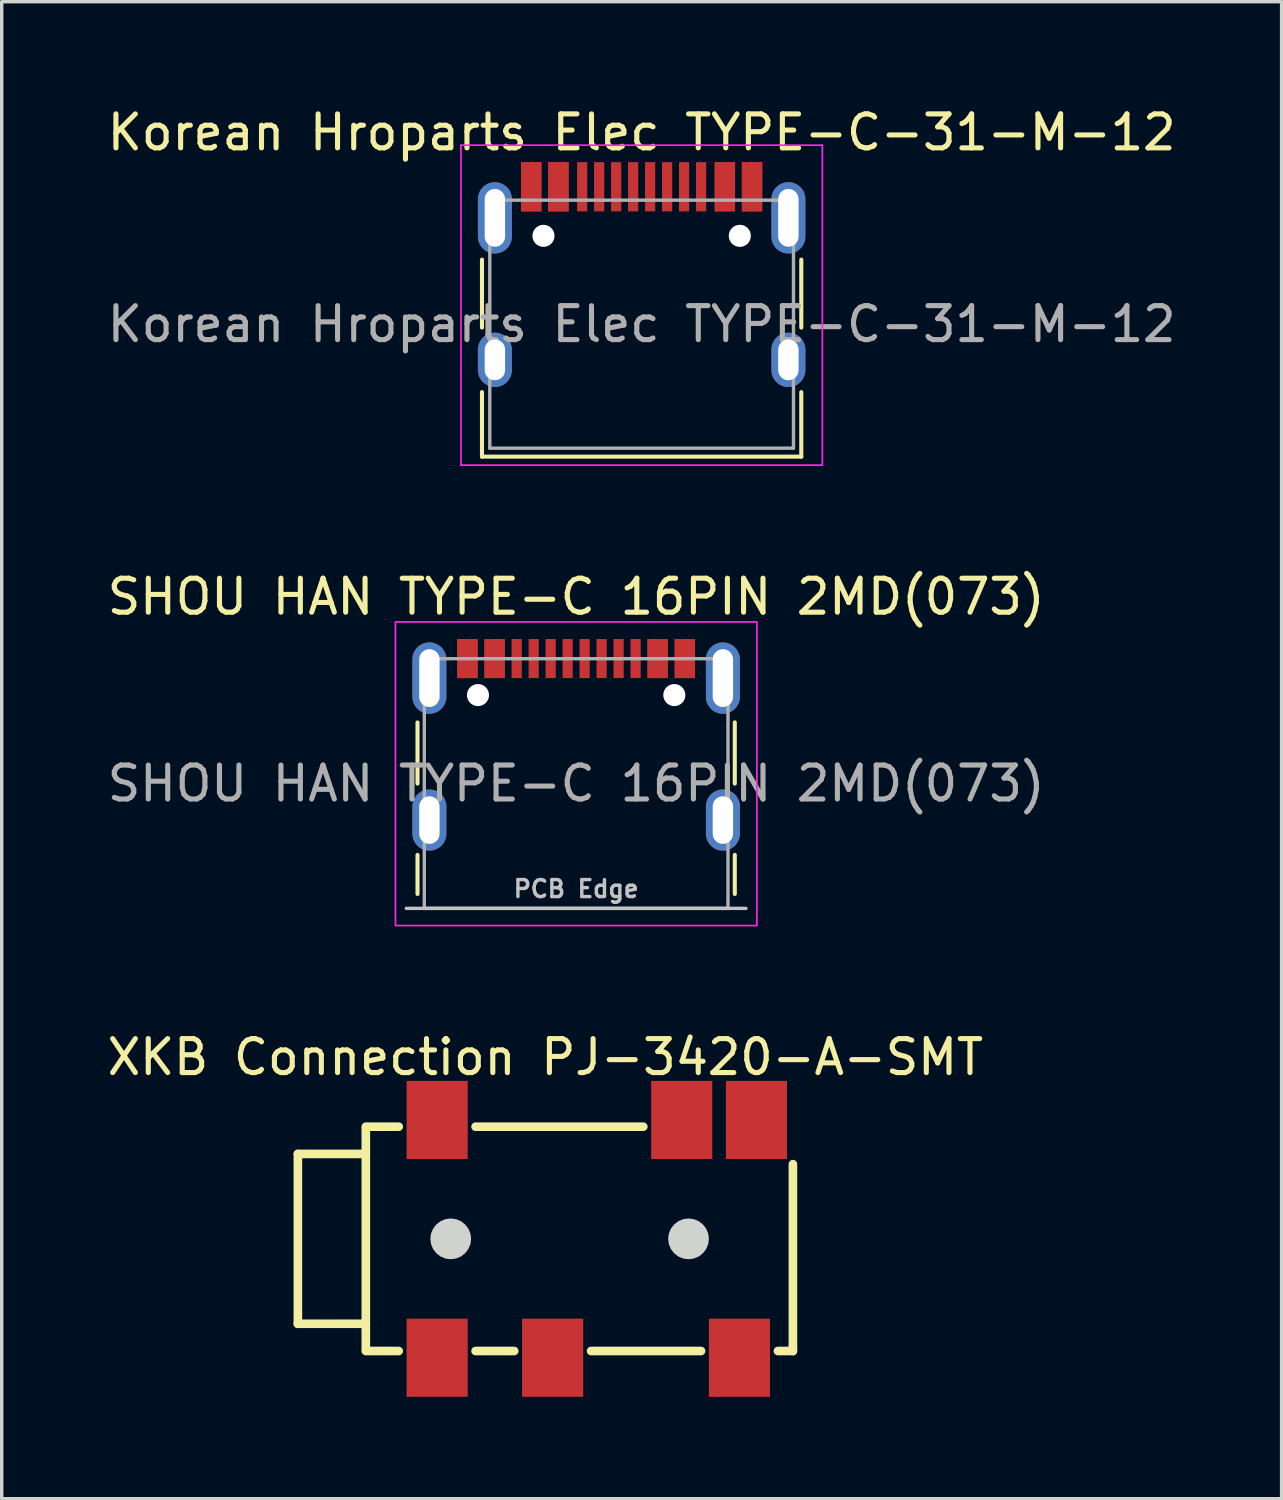
<source format=kicad_pcb>
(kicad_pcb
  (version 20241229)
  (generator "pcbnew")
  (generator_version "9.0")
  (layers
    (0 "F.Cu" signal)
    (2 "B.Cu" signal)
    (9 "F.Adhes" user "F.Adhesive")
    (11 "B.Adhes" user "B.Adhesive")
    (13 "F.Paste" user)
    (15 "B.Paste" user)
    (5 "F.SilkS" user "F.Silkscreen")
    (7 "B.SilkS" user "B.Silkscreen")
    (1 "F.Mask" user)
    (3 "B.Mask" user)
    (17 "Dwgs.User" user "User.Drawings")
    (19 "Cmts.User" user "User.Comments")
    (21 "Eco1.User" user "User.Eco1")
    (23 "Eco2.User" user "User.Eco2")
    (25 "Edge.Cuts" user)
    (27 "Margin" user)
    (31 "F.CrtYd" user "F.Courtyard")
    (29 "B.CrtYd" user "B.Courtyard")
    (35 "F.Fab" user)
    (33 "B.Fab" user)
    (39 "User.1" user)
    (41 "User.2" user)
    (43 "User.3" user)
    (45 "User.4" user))
  (footprint "Korean Hroparts Elec TYPE-C-31-M-12"
    (layer "F.Cu")
    (at 15.839 6.493)
    (property "Reference" "Korean Hroparts Elec TYPE-C-31-M-12" (at 0 -5.645 0) (layer "F.SilkS") (effects (font (size 1 1) (thickness 0.15))))
    (attr smd)
    (fp_line (start -4.7 -1.9) (end -4.7 0.1) (stroke (width 0.12) (type solid)) (layer "F.SilkS"))
    (fp_line (start -4.7 2) (end -4.7 3.9) (stroke (width 0.12) (type solid)) (layer "F.SilkS"))
    (fp_line (start -4.7 3.9) (end 4.7 3.9) (stroke (width 0.12) (type solid)) (layer "F.SilkS"))
    (fp_line (start 4.7 -1.9) (end 4.7 0.1) (stroke (width 0.12) (type solid)) (layer "F.SilkS"))
    (fp_line (start 4.7 2) (end 4.7 3.9) (stroke (width 0.12) (type solid)) (layer "F.SilkS"))
    (fp_line (start -5.32 -5.27) (end -5.32 4.15) (stroke (width 0.05) (type solid)) (layer "F.CrtYd"))
    (fp_line (start -5.32 -5.27) (end 5.32 -5.27) (stroke (width 0.05) (type solid)) (layer "F.CrtYd"))
    (fp_line (start -5.32 4.15) (end 5.32 4.15) (stroke (width 0.05) (type solid)) (layer "F.CrtYd"))
    (fp_line (start 5.32 -5.27) (end 5.32 4.15) (stroke (width 0.05) (type solid)) (layer "F.CrtYd"))
    (fp_line (start -4.47 -3.65) (end -4.47 3.65) (stroke (width 0.1) (type solid)) (layer "F.Fab"))
    (fp_line (start -4.47 -3.65) (end 4.47 -3.65) (stroke (width 0.1) (type solid)) (layer "F.Fab"))
    (fp_line (start -4.47 3.65) (end 4.47 3.65) (stroke (width 0.1) (type solid)) (layer "F.Fab"))
    (fp_line (start 4.47 -3.65) (end 4.47 3.65) (stroke (width 0.1) (type solid)) (layer "F.Fab"))
    (fp_text user "${REFERENCE}" (at 0 0 0) (layer "F.Fab") (effects (font (size 1 1) (thickness 0.15))))
    (pad "" np_thru_hole circle (at -2.89 -2.6) (size 0.65 0.65) (drill 0.65) (layers "*.Cu" "*.Mask"))
    (pad "" np_thru_hole circle (at 2.89 -2.6) (size 0.65 0.65) (drill 0.65) (layers "*.Cu" "*.Mask"))
    (pad "A1" smd rect (at -3.25 -4.045) (size 0.6 1.45) (layers "F.Cu" "F.Mask" "F.Paste"))
    (pad "A4" smd rect (at -2.45 -4.045) (size 0.6 1.45) (layers "F.Cu" "F.Mask" "F.Paste"))
    (pad "A5" smd rect (at -1.25 -4.045) (size 0.3 1.45) (layers "F.Cu" "F.Mask" "F.Paste"))
    (pad "A6" smd rect (at -0.25 -4.045) (size 0.3 1.45) (layers "F.Cu" "F.Mask" "F.Paste"))
    (pad "A7" smd rect (at 0.25 -4.045) (size 0.3 1.45) (layers "F.Cu" "F.Mask" "F.Paste"))
    (pad "A8" smd rect (at 1.25 -4.045) (size 0.3 1.45) (layers "F.Cu" "F.Mask" "F.Paste"))
    (pad "A9" smd rect (at 2.45 -4.045) (size 0.6 1.45) (layers "F.Cu" "F.Mask" "F.Paste"))
    (pad "A12" smd rect (at 3.25 -4.045) (size 0.6 1.45) (layers "F.Cu" "F.Mask" "F.Paste"))
    (pad "B1" smd rect (at 3.25 -4.045) (size 0.6 1.45) (layers "F.Cu" "F.Mask" "F.Paste"))
    (pad "B4" smd rect (at 2.45 -4.045) (size 0.6 1.45) (layers "F.Cu" "F.Mask" "F.Paste"))
    (pad "B5" smd rect (at 1.75 -4.045) (size 0.3 1.45) (layers "F.Cu" "F.Mask" "F.Paste"))
    (pad "B6" smd rect (at 0.75 -4.045) (size 0.3 1.45) (layers "F.Cu" "F.Mask" "F.Paste"))
    (pad "B7" smd rect (at -0.75 -4.045) (size 0.3 1.45) (layers "F.Cu" "F.Mask" "F.Paste"))
    (pad "B8" smd rect (at -1.75 -4.045) (size 0.3 1.45) (layers "F.Cu" "F.Mask" "F.Paste"))
    (pad "B9" smd rect (at -2.45 -4.045) (size 0.6 1.45) (layers "F.Cu" "F.Mask" "F.Paste"))
    (pad "B12" smd rect (at -3.25 -4.045) (size 0.6 1.45) (layers "F.Cu" "F.Mask" "F.Paste"))
    (pad "S1" thru_hole oval (at -4.32 -3.13) (size 1 2.1) (drill oval 0.6 1.7) (layers "*.Cu" "*.Mask"))
    (pad "S1" thru_hole oval (at -4.32 1.05) (size 1 1.6) (drill oval 0.6 1.2) (layers "*.Cu" "*.Mask"))
    (pad "S1" thru_hole oval (at 4.32 -3.13) (size 1 2.1) (drill oval 0.6 1.7) (layers "*.Cu" "*.Mask"))
    (pad "S1" thru_hole oval (at 4.32 1.05) (size 1 1.6) (drill oval 0.6 1.2) (layers "*.Cu" "*.Mask")))
  (footprint "SHOU HAN TYPE-C 16PIN 2MD(073)"
    (layer "F.Cu")
    (at 13.911 20.017)
    (property "Reference" "SHOU HAN TYPE-C 16PIN 2MD(073)" (at 0 -5.5 0) (unlocked yes) (layer "F.SilkS") (effects (font (size 1 1) (thickness 0.15))))
    (attr smd)
    (fp_line (start -4.67 0) (end -4.67 -1.8) (stroke (width 0.12) (type solid)) (layer "F.SilkS"))
    (fp_line (start -4.67 2.1) (end -4.67 3.25) (stroke (width 0.12) (type solid)) (layer "F.SilkS"))
    (fp_line (start 4.67 0) (end 4.67 -1.8) (stroke (width 0.12) (type solid)) (layer "F.SilkS"))
    (fp_line (start 4.67 2.1) (end 4.67 3.25) (stroke (width 0.12) (type solid)) (layer "F.SilkS"))
    (fp_line (start 5 3.675) (end -5 3.675) (stroke (width 0.1) (type solid)) (layer "Dwgs.User"))
    (fp_rect (start -5.32 -4.76) (end 5.32 4.18) (stroke (width 0.05) (type solid)) (fill no) (layer "F.CrtYd"))
    (fp_rect (start -4.47 -3.675) (end 4.47 3.675) (stroke (width 0.1) (type solid)) (fill no) (layer "F.Fab"))
    (fp_text user "PCB Edge" (at 0 3.1 0) (unlocked yes) (layer "Dwgs.User") (effects (font (size 0.5 0.5) (thickness 0.1))))
    (fp_text user "${REFERENCE}" (at 0 0 0) (unlocked yes) (layer "F.Fab") (effects (font (size 1 1) (thickness 0.15))))
    (pad "" np_thru_hole circle (at -2.89 -2.605) (size 0.65 0.65) (drill 0.65) (layers "*.Cu" "*.Mask"))
    (pad "" np_thru_hole circle (at 2.89 -2.605) (size 0.65 0.65) (drill 0.65) (layers "*.Cu" "*.Mask"))
    (pad "A1" smd rect (at -3.2 -3.68) (size 0.6 1.15) (layers "F.Cu" "F.Mask" "F.Paste"))
    (pad "A4" smd rect (at -2.4 -3.68) (size 0.6 1.15) (layers "F.Cu" "F.Mask" "F.Paste"))
    (pad "A5" smd rect (at -1.25 -3.68) (size 0.3 1.15) (layers "F.Cu" "F.Mask" "F.Paste"))
    (pad "A6" smd rect (at -0.25 -3.68) (size 0.3 1.15) (layers "F.Cu" "F.Mask" "F.Paste"))
    (pad "A7" smd rect (at 0.25 -3.68) (size 0.3 1.15) (layers "F.Cu" "F.Mask" "F.Paste"))
    (pad "A8" smd rect (at 1.25 -3.68) (size 0.3 1.15) (layers "F.Cu" "F.Mask" "F.Paste"))
    (pad "A9" smd rect (at 2.4 -3.68) (size 0.6 1.15) (layers "F.Cu" "F.Mask" "F.Paste"))
    (pad "A12" smd rect (at 3.2 -3.68) (size 0.6 1.15) (layers "F.Cu" "F.Mask" "F.Paste"))
    (pad "B1" smd rect (at 3.2 -3.68) (size 0.6 1.15) (layers "F.Cu" "F.Mask" "F.Paste"))
    (pad "B4" smd rect (at 2.4 -3.68) (size 0.6 1.15) (layers "F.Cu" "F.Mask" "F.Paste"))
    (pad "B5" smd rect (at 1.75 -3.68) (size 0.3 1.15) (layers "F.Cu" "F.Mask" "F.Paste"))
    (pad "B6" smd rect (at 0.75 -3.68) (size 0.3 1.15) (layers "F.Cu" "F.Mask" "F.Paste"))
    (pad "B7" smd rect (at -0.75 -3.68) (size 0.3 1.15) (layers "F.Cu" "F.Mask" "F.Paste"))
    (pad "B8" smd rect (at -1.75 -3.68) (size 0.3 1.15) (layers "F.Cu" "F.Mask" "F.Paste"))
    (pad "B9" smd rect (at -2.4 -3.68) (size 0.6 1.15) (layers "F.Cu" "F.Mask" "F.Paste"))
    (pad "B12" smd rect (at -3.2 -3.68) (size 0.6 1.15) (layers "F.Cu" "F.Mask" "F.Paste"))
    (pad "S1" thru_hole oval (at -4.32 -3.105) (size 1 2.1) (drill oval 0.6 1.7) (layers "*.Cu" "*.Mask" "F.Paste"))
    (pad "S1" thru_hole oval (at -4.32 1.075) (size 1 1.8) (drill oval 0.6 1.4) (layers "*.Cu" "*.Mask" "F.Paste"))
    (pad "S1" thru_hole oval (at 4.32 -3.105) (size 1 2.1) (drill oval 0.6 1.7) (layers "*.Cu" "*.Mask" "F.Paste"))
    (pad "S1" thru_hole oval (at 4.32 1.075) (size 1 1.8) (drill oval 0.6 1.4) (layers "*.Cu" "*.Mask" "F.Paste")))
  (footprint "XKB Connection PJ-3420-A-SMT"
    (layer "F.Cu")
    (at 14.519 33.42)
    (property "Reference" "XKB Connection PJ-3420-A-SMT" (at -1.514 -5.35 0) (layer "F.SilkS") (effects (font (size 1 1) (thickness 0.15))))
    (fp_line (start -8.8 -2.5) (end -8.8 2.5) (stroke (width 0.254) (type default)) (layer "F.SilkS"))
    (fp_line (start -8.8 -2.5) (end -6.8 -2.5) (stroke (width 0.254) (type default)) (layer "F.SilkS"))
    (fp_line (start -8.8 2.5) (end -6.8 2.5) (stroke (width 0.254) (type default)) (layer "F.SilkS"))
    (fp_line (start -6.8 -3.25) (end -6.8 3.25) (stroke (width 0.254) (type default)) (layer "F.SilkS"))
    (fp_line (start -5.831 -3.302) (end -6.8 -3.302) (stroke (width 0.254) (type default)) (layer "F.SilkS"))
    (fp_line (start -5.831 3.302) (end -6.8 3.302) (stroke (width 0.254) (type default)) (layer "F.SilkS"))
    (fp_line (start -2.431 3.302) (end -3.569 3.302) (stroke (width 0.254) (type default)) (layer "F.SilkS"))
    (fp_line (start 1.369 -3.302) (end -3.569 -3.302) (stroke (width 0.254) (type default)) (layer "F.SilkS"))
    (fp_line (start 3.069 3.302) (end -0.169 3.302) (stroke (width 0.254) (type default)) (layer "F.SilkS"))
    (fp_line (start 5.773 -2.198) (end 5.773 3.175) (stroke (width 0.254) (type default)) (layer "F.SilkS"))
    (fp_line (start 5.773 3.175) (end 5.773 3.302) (stroke (width 0.254) (type default)) (layer "F.SilkS"))
    (fp_line (start 5.773 3.302) (end 5.331 3.302) (stroke (width 0.254) (type default)) (layer "F.SilkS"))
    (fp_poly (pts (xy -3.7 0) (xy -3.72 -0.155) (xy -3.78 -0.3) (xy -3.876 -0.424) (xy -4 -0.52) (xy -4.145 -0.58) (xy -4.3 -0.6) (xy -4.455 -0.58) (xy -4.6 -0.52) (xy -4.724 -0.424) (xy -4.82 -0.3) (xy -4.88 -0.155) (xy -4.9 0) (xy -4.88 0.155) (xy -4.82 0.3) (xy -4.724 0.424) (xy -4.6 0.52) (xy -4.455 0.58) (xy -4.3 0.6) (xy -4.145 0.58) (xy -4 0.52) (xy -3.876 0.424) (xy -3.78 0.3) (xy -3.72 0.155)) (stroke (width 0) (type default)) (fill yes) (layer "Edge.Cuts"))
    (fp_poly (pts (xy 3.3 0) (xy 3.28 -0.155) (xy 3.22 -0.3) (xy 3.124 -0.424) (xy 3 -0.52) (xy 2.855 -0.58) (xy 2.7 -0.6) (xy 2.545 -0.58) (xy 2.4 -0.52) (xy 2.276 -0.424) (xy 2.18 -0.3) (xy 2.12 -0.155) (xy 2.1 0) (xy 2.12 0.155) (xy 2.18 0.3) (xy 2.276 0.424) (xy 2.4 0.52) (xy 2.545 0.58) (xy 2.7 0.6) (xy 2.855 0.58) (xy 3 0.52) (xy 3.124 0.424) (xy 3.22 0.3) (xy 3.28 0.155)) (stroke (width 0) (type default)) (fill yes) (layer "Edge.Cuts"))
    (fp_poly (pts (xy -5.183 -3.148) (xy -5.183 -4.15) (xy -4.183 -4.15) (xy -4.183 -3.148)) (stroke (width 0.1) (type default)) (fill no) (layer "User.1"))
    (fp_poly (pts (xy -4.182 3.148) (xy -4.182 4.15) (xy -5.182 4.15) (xy -5.182 3.148)) (stroke (width 0.1) (type default)) (fill no) (layer "User.1"))
    (fp_poly (pts (xy -0.782 3.148) (xy -0.782 4.15) (xy -1.782 4.15) (xy -1.782 3.148)) (stroke (width 0.1) (type default)) (fill no) (layer "User.1"))
    (fp_poly (pts (xy 2.017 -3.148) (xy 2.017 -4.15) (xy 3.017 -4.15) (xy 3.017 -3.148)) (stroke (width 0.1) (type default)) (fill no) (layer "User.1"))
    (fp_poly (pts (xy 4.217 -3.148) (xy 4.217 -4.15) (xy 5.217 -4.15) (xy 5.217 -3.148)) (stroke (width 0.1) (type default)) (fill no) (layer "User.1"))
    (fp_poly (pts (xy 4.718 3.148) (xy 4.718 4.15) (xy 3.718 4.15) (xy 3.718 3.148)) (stroke (width 0.1) (type default)) (fill no) (layer "User.1"))
    (fp_line (start -8.782 -2.5) (end -6.782 -2.5) (stroke (width 0.051) (type default)) (layer "User.2"))
    (fp_line (start -6.782 -3.15) (end 5.218 -3.15) (stroke (width 0.051) (type default)) (layer "User.2"))
    (fp_line (start -6.782 -2.5) (end -6.782 -3.15) (stroke (width 0.051) (type default)) (layer "User.2"))
    (fp_line (start -6.782 2.49) (end -8.771 2.489) (stroke (width 0.051) (type default)) (layer "User.2"))
    (fp_line (start -6.782 3.15) (end -6.782 2.49) (stroke (width 0.051) (type default)) (layer "User.2"))
    (fp_line (start 5.218 -3.15) (end 5.218 3.15) (stroke (width 0.051) (type default)) (layer "User.2"))
    (fp_line (start 5.218 3.15) (end -6.782 3.15) (stroke (width 0.051) (type default)) (layer "User.2"))
    (fp_poly (pts (xy -8.722 4.15) (xy -8.74 4.108) (xy -8.782 4.09) (xy -8.824 4.108) (xy -8.842 4.15) (xy -8.824 4.192) (xy -8.782 4.21) (xy -8.74 4.192)) (stroke (width 0.1) (type default)) (fill no) (layer "User.3"))
    (pad "1" smd rect (at -4.7 3.5 270) (size 2.3 1.8) (layers "F.Cu" "F.Mask" "F.Paste"))
    (pad "2" smd rect (at -4.7 -3.5 270) (size 2.3 1.8) (layers "F.Cu" "F.Mask" "F.Paste"))
    (pad "3" smd rect (at -1.3 3.5 270) (size 2.3 1.8) (layers "F.Cu" "F.Mask" "F.Paste"))
    (pad "4" smd rect (at 2.5 -3.5 270) (size 2.3 1.8) (layers "F.Cu" "F.Mask" "F.Paste"))
    (pad "5" smd rect (at 4.7 -3.5 270) (size 2.3 1.8) (layers "F.Cu" "F.Mask" "F.Paste"))
    (pad "6" smd rect (at 4.2 3.5 270) (size 2.3 1.8) (layers "F.Cu" "F.Mask" "F.Paste")))
  (gr_rect
    (start -3 -3)
    (end 34.679 41.07)
    (stroke (width 0.1) (type default))
    (fill no)
    (layer "Edge.Cuts")))
</source>
